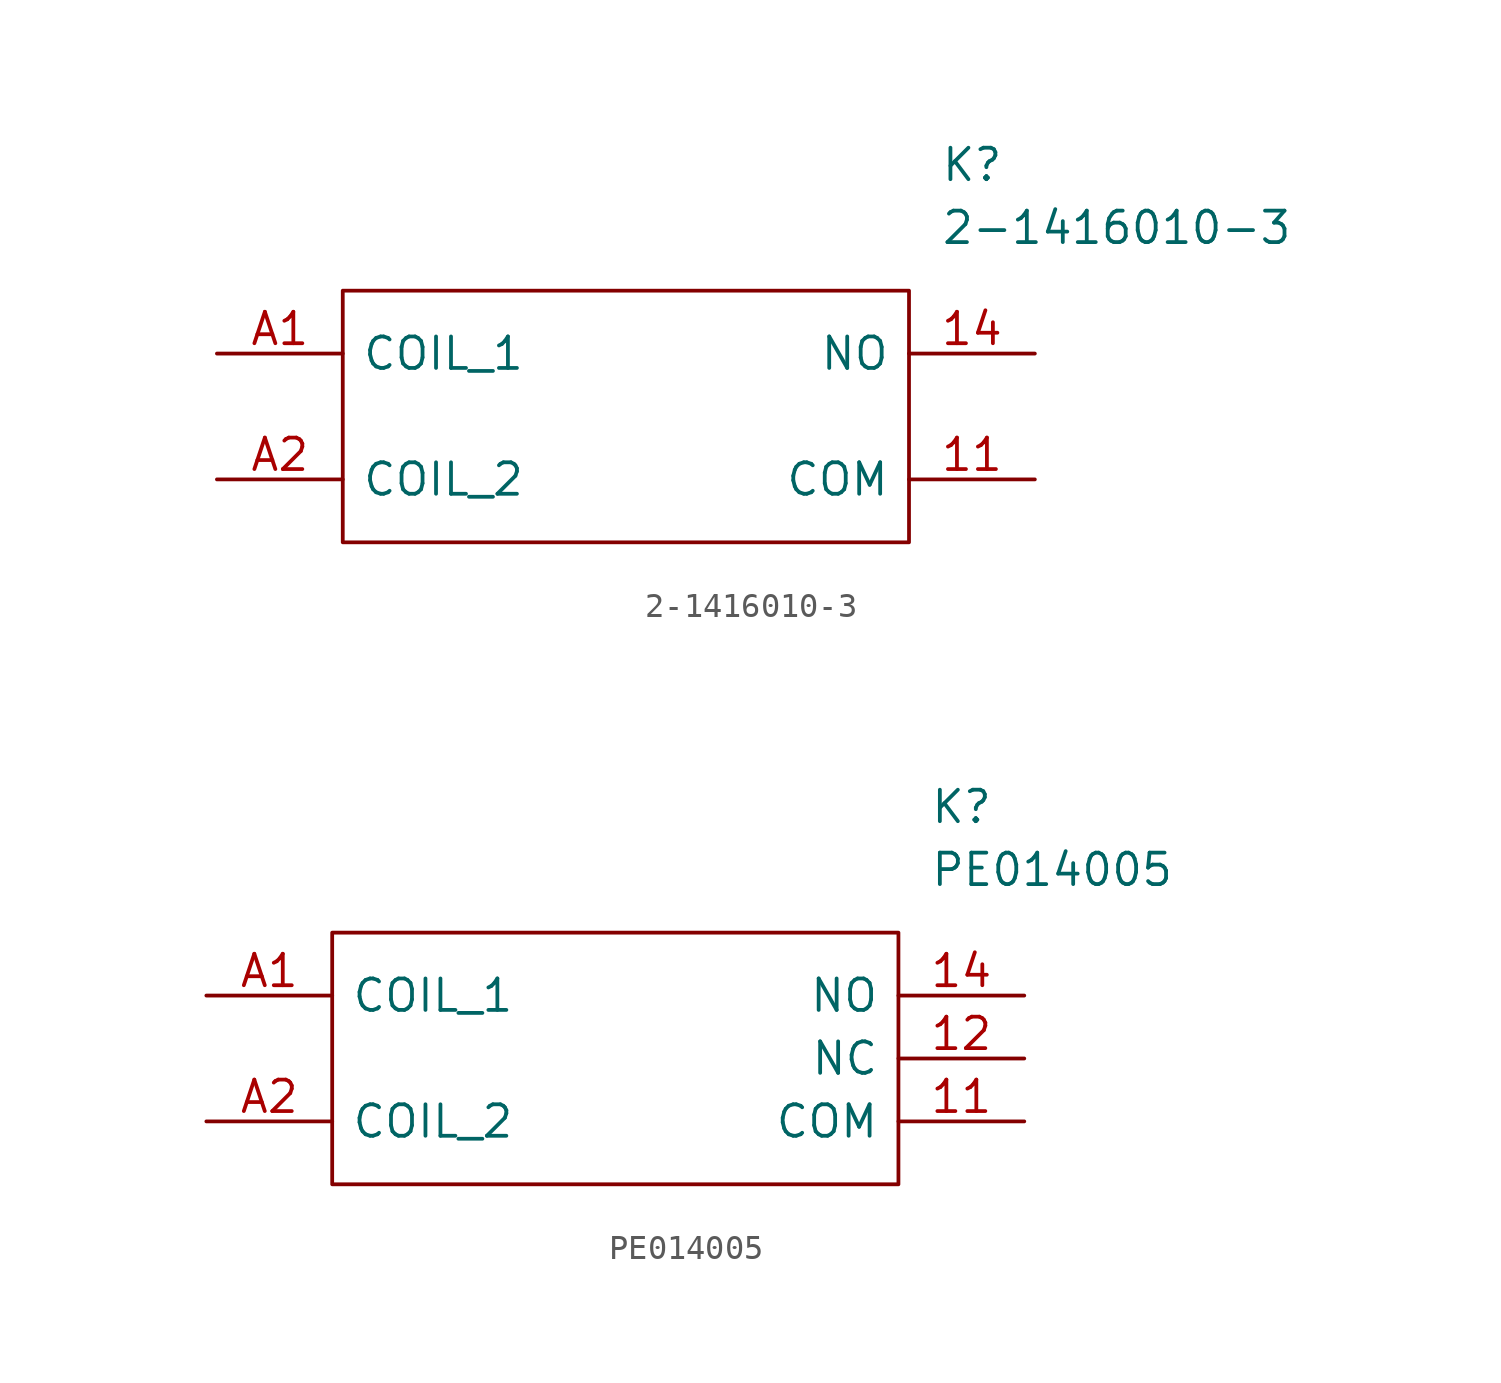
<source format=kicad_sym>
(kicad_symbol_lib
  (version 20211014)
  (generator kicad_symbol_editor)
  (symbol "2-1416010-3"
    (pin_names
      (offset 0.762))
    (property "Reference" "K"
      (at 29.21 7.62 0)
      (effects (font (size 1.27 1.27)) (justify left)))
    (property "Value" "2-1416010-3"
      (at 29.21 5.08 0)
      (effects (font (size 1.27 1.27)) (justify left)))
    (symbol "2-1416010-3_0_0"
      (pin passive line (at 33.02 -5.08 180) (length 5.08) (name "COM" (effects (font (size 1.27 1.27)))) (number "11" (effects (font (size 1.27 1.27)))))
      (pin passive line (at 33.02 0 180) (length 5.08) (name "NO" (effects (font (size 1.27 1.27)))) (number "14" (effects (font (size 1.27 1.27)))))
      (pin passive line (at 0 0 0) (length 5.08) (name "COIL_1" (effects (font (size 1.27 1.27)))) (number "A1" (effects (font (size 1.27 1.27)))))
      (pin passive line (at 0 -5.08 0) (length 5.08) (name "COIL_2" (effects (font (size 1.27 1.27)))) (number "A2" (effects (font (size 1.27 1.27))))))
    (symbol "2-1416010-3_0_1"
      (polyline (pts (xy 5.08 2.54) (xy 27.94 2.54) (xy 27.94 -7.62) (xy 5.08 -7.62) (xy 5.08 2.54)) (stroke (width 0.152) (type default) (color 0 0 0 0)) (fill (type none)))))
  (symbol "PE014005"
    (pin_names
      (offset 0.762))
    (property "Reference" "K"
      (at 29.21 7.62 0)
      (effects (font (size 1.27 1.27)) (justify left)))
    (property "Value" "PE014005"
      (at 29.21 5.08 0)
      (effects (font (size 1.27 1.27)) (justify left)))
    (symbol "PE014005_0_0"
      (pin passive line (at 33.02 -5.08 180) (length 5.08) (name "COM" (effects (font (size 1.27 1.27)))) (number "11" (effects (font (size 1.27 1.27)))))
      (pin passive line (at 33.02 -2.54 180) (length 5.08) (name "NC" (effects (font (size 1.27 1.27)))) (number "12" (effects (font (size 1.27 1.27)))))
      (pin passive line (at 33.02 0 180) (length 5.08) (name "NO" (effects (font (size 1.27 1.27)))) (number "14" (effects (font (size 1.27 1.27)))))
      (pin passive line (at 0 0 0) (length 5.08) (name "COIL_1" (effects (font (size 1.27 1.27)))) (number "A1" (effects (font (size 1.27 1.27)))))
      (pin passive line (at 0 -5.08 0) (length 5.08) (name "COIL_2" (effects (font (size 1.27 1.27)))) (number "A2" (effects (font (size 1.27 1.27))))))
    (symbol "PE014005_0_1"
      (polyline (pts (xy 5.08 2.54) (xy 27.94 2.54) (xy 27.94 -7.62) (xy 5.08 -7.62) (xy 5.08 2.54)) (stroke (width 0.152) (type default) (color 0 0 0 0)) (fill (type none))))))
</source>
